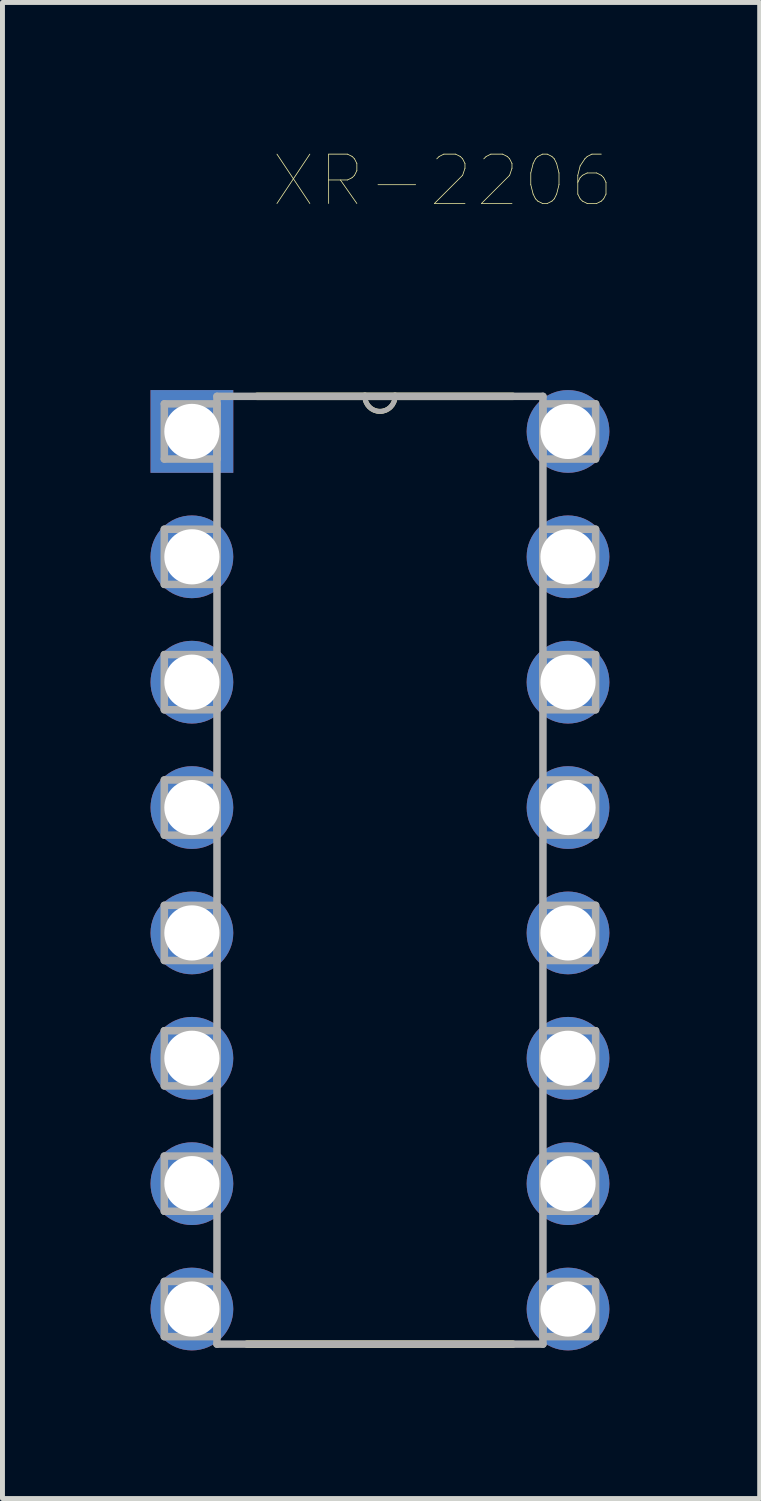
<source format=kicad_pcb>
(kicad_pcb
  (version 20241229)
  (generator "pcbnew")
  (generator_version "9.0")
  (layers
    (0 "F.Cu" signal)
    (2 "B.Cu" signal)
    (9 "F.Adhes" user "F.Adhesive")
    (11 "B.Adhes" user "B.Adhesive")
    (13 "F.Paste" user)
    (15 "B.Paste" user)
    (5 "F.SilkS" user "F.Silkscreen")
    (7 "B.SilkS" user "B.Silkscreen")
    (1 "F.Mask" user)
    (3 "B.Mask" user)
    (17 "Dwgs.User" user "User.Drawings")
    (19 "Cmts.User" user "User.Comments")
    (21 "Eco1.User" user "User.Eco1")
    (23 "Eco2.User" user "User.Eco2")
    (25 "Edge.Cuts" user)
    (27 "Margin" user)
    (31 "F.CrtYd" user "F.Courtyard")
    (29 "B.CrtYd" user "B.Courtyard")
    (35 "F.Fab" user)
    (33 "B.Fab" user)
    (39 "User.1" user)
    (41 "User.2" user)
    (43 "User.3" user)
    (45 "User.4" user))
  (footprint "XR-2206"
    (layer "F.Cu")
    (at 8.458 23.471)
    (property "Reference" "XR-2206" (at -2.54 -22.86 0) (layer "F.SilkS") (effects (font (size 1 1) (thickness 0.015))))
    (attr through_hole)
    (fp_line (start -6.502 0.711) (end -1.118 0.711) (stroke (width 0.152) (type solid)) (layer "F.SilkS"))
    (fp_line (start -4.115 -18.491) (end -6.299 -18.491) (stroke (width 0.152) (type solid)) (layer "F.SilkS"))
    (fp_line (start -3.505 -18.491) (end -4.115 -18.491) (stroke (width 0.152) (type solid)) (layer "F.SilkS"))
    (fp_line (start -1.118 -18.491) (end -3.505 -18.491) (stroke (width 0.152) (type solid)) (layer "F.SilkS"))
    (fp_arc (start -3.5052 -18.4912) (mid -3.81 -18.1864) (end -4.1148 -18.4912) (stroke (width 0.1) (type solid)) (layer "F.SilkS"))
    (fp_line (start -8.179 -18.339) (end -8.179 -17.221) (stroke (width 0.152) (type solid)) (layer "F.Fab"))
    (fp_line (start -8.179 -17.221) (end -7.112 -17.221) (stroke (width 0.152) (type solid)) (layer "F.Fab"))
    (fp_line (start -8.179 -15.799) (end -8.179 -14.681) (stroke (width 0.152) (type solid)) (layer "F.Fab"))
    (fp_line (start -8.179 -14.681) (end -7.112 -14.681) (stroke (width 0.152) (type solid)) (layer "F.Fab"))
    (fp_line (start -8.179 -13.259) (end -8.179 -12.141) (stroke (width 0.152) (type solid)) (layer "F.Fab"))
    (fp_line (start -8.179 -12.141) (end -7.112 -12.141) (stroke (width 0.152) (type solid)) (layer "F.Fab"))
    (fp_line (start -8.179 -10.719) (end -8.179 -9.601) (stroke (width 0.152) (type solid)) (layer "F.Fab"))
    (fp_line (start -8.179 -9.601) (end -7.112 -9.601) (stroke (width 0.152) (type solid)) (layer "F.Fab"))
    (fp_line (start -8.179 -8.179) (end -8.179 -7.061) (stroke (width 0.152) (type solid)) (layer "F.Fab"))
    (fp_line (start -8.179 -7.061) (end -7.112 -7.061) (stroke (width 0.152) (type solid)) (layer "F.Fab"))
    (fp_line (start -8.179 -5.639) (end -8.179 -4.521) (stroke (width 0.152) (type solid)) (layer "F.Fab"))
    (fp_line (start -8.179 -4.521) (end -7.112 -4.521) (stroke (width 0.152) (type solid)) (layer "F.Fab"))
    (fp_line (start -8.179 -3.099) (end -8.179 -1.981) (stroke (width 0.152) (type solid)) (layer "F.Fab"))
    (fp_line (start -8.179 -1.981) (end -7.112 -1.981) (stroke (width 0.152) (type solid)) (layer "F.Fab"))
    (fp_line (start -8.179 -0.559) (end -8.179 0.559) (stroke (width 0.152) (type solid)) (layer "F.Fab"))
    (fp_line (start -8.179 0.559) (end -7.112 0.559) (stroke (width 0.152) (type solid)) (layer "F.Fab"))
    (fp_line (start -7.112 -18.491) (end -7.112 0.711) (stroke (width 0.152) (type solid)) (layer "F.Fab"))
    (fp_line (start -7.112 -18.339) (end -8.179 -18.339) (stroke (width 0.152) (type solid)) (layer "F.Fab"))
    (fp_line (start -7.112 -17.221) (end -7.112 -18.339) (stroke (width 0.152) (type solid)) (layer "F.Fab"))
    (fp_line (start -7.112 -15.799) (end -8.179 -15.799) (stroke (width 0.152) (type solid)) (layer "F.Fab"))
    (fp_line (start -7.112 -14.681) (end -7.112 -15.799) (stroke (width 0.152) (type solid)) (layer "F.Fab"))
    (fp_line (start -7.112 -13.259) (end -8.179 -13.259) (stroke (width 0.152) (type solid)) (layer "F.Fab"))
    (fp_line (start -7.112 -12.141) (end -7.112 -13.259) (stroke (width 0.152) (type solid)) (layer "F.Fab"))
    (fp_line (start -7.112 -10.719) (end -8.179 -10.719) (stroke (width 0.152) (type solid)) (layer "F.Fab"))
    (fp_line (start -7.112 -9.601) (end -7.112 -10.719) (stroke (width 0.152) (type solid)) (layer "F.Fab"))
    (fp_line (start -7.112 -8.179) (end -8.179 -8.179) (stroke (width 0.152) (type solid)) (layer "F.Fab"))
    (fp_line (start -7.112 -7.061) (end -7.112 -8.179) (stroke (width 0.152) (type solid)) (layer "F.Fab"))
    (fp_line (start -7.112 -5.639) (end -8.179 -5.639) (stroke (width 0.152) (type solid)) (layer "F.Fab"))
    (fp_line (start -7.112 -4.521) (end -7.112 -5.639) (stroke (width 0.152) (type solid)) (layer "F.Fab"))
    (fp_line (start -7.112 -3.099) (end -8.179 -3.099) (stroke (width 0.152) (type solid)) (layer "F.Fab"))
    (fp_line (start -7.112 -1.981) (end -7.112 -3.099) (stroke (width 0.152) (type solid)) (layer "F.Fab"))
    (fp_line (start -7.112 -0.559) (end -8.179 -0.559) (stroke (width 0.152) (type solid)) (layer "F.Fab"))
    (fp_line (start -7.112 0.559) (end -7.112 -0.559) (stroke (width 0.152) (type solid)) (layer "F.Fab"))
    (fp_line (start -7.112 0.711) (end -0.508 0.711) (stroke (width 0.152) (type solid)) (layer "F.Fab"))
    (fp_line (start -4.115 -18.491) (end -7.112 -18.491) (stroke (width 0.152) (type solid)) (layer "F.Fab"))
    (fp_line (start -3.505 -18.491) (end -4.115 -18.491) (stroke (width 0.152) (type solid)) (layer "F.Fab"))
    (fp_line (start -0.508 -18.491) (end -3.505 -18.491) (stroke (width 0.152) (type solid)) (layer "F.Fab"))
    (fp_line (start -0.508 -18.339) (end -0.508 -17.221) (stroke (width 0.152) (type solid)) (layer "F.Fab"))
    (fp_line (start -0.508 -17.221) (end 0.559 -17.221) (stroke (width 0.152) (type solid)) (layer "F.Fab"))
    (fp_line (start -0.508 -15.799) (end -0.508 -14.681) (stroke (width 0.152) (type solid)) (layer "F.Fab"))
    (fp_line (start -0.508 -14.681) (end 0.559 -14.681) (stroke (width 0.152) (type solid)) (layer "F.Fab"))
    (fp_line (start -0.508 -13.259) (end -0.508 -12.141) (stroke (width 0.152) (type solid)) (layer "F.Fab"))
    (fp_line (start -0.508 -12.141) (end 0.559 -12.141) (stroke (width 0.152) (type solid)) (layer "F.Fab"))
    (fp_line (start -0.508 -10.719) (end -0.508 -9.601) (stroke (width 0.152) (type solid)) (layer "F.Fab"))
    (fp_line (start -0.508 -9.601) (end 0.559 -9.601) (stroke (width 0.152) (type solid)) (layer "F.Fab"))
    (fp_line (start -0.508 -8.179) (end -0.508 -7.061) (stroke (width 0.152) (type solid)) (layer "F.Fab"))
    (fp_line (start -0.508 -7.061) (end 0.559 -7.061) (stroke (width 0.152) (type solid)) (layer "F.Fab"))
    (fp_line (start -0.508 -5.639) (end -0.508 -4.521) (stroke (width 0.152) (type solid)) (layer "F.Fab"))
    (fp_line (start -0.508 -4.521) (end 0.559 -4.521) (stroke (width 0.152) (type solid)) (layer "F.Fab"))
    (fp_line (start -0.508 -3.099) (end -0.508 -1.981) (stroke (width 0.152) (type solid)) (layer "F.Fab"))
    (fp_line (start -0.508 -1.981) (end 0.559 -1.981) (stroke (width 0.152) (type solid)) (layer "F.Fab"))
    (fp_line (start -0.508 -0.559) (end -0.508 0.559) (stroke (width 0.152) (type solid)) (layer "F.Fab"))
    (fp_line (start -0.508 0.559) (end 0.559 0.559) (stroke (width 0.152) (type solid)) (layer "F.Fab"))
    (fp_line (start -0.508 0.711) (end -0.508 -18.491) (stroke (width 0.152) (type solid)) (layer "F.Fab"))
    (fp_line (start 0.559 -18.339) (end -0.508 -18.339) (stroke (width 0.152) (type solid)) (layer "F.Fab"))
    (fp_line (start 0.559 -17.221) (end 0.559 -18.339) (stroke (width 0.152) (type solid)) (layer "F.Fab"))
    (fp_line (start 0.559 -15.799) (end -0.508 -15.799) (stroke (width 0.152) (type solid)) (layer "F.Fab"))
    (fp_line (start 0.559 -14.681) (end 0.559 -15.799) (stroke (width 0.152) (type solid)) (layer "F.Fab"))
    (fp_line (start 0.559 -13.259) (end -0.508 -13.259) (stroke (width 0.152) (type solid)) (layer "F.Fab"))
    (fp_line (start 0.559 -12.141) (end 0.559 -13.259) (stroke (width 0.152) (type solid)) (layer "F.Fab"))
    (fp_line (start 0.559 -10.719) (end -0.508 -10.719) (stroke (width 0.152) (type solid)) (layer "F.Fab"))
    (fp_line (start 0.559 -9.601) (end 0.559 -10.719) (stroke (width 0.152) (type solid)) (layer "F.Fab"))
    (fp_line (start 0.559 -8.179) (end -0.508 -8.179) (stroke (width 0.152) (type solid)) (layer "F.Fab"))
    (fp_line (start 0.559 -7.061) (end 0.559 -8.179) (stroke (width 0.152) (type solid)) (layer "F.Fab"))
    (fp_line (start 0.559 -5.639) (end -0.508 -5.639) (stroke (width 0.152) (type solid)) (layer "F.Fab"))
    (fp_line (start 0.559 -4.521) (end 0.559 -5.639) (stroke (width 0.152) (type solid)) (layer "F.Fab"))
    (fp_line (start 0.559 -3.099) (end -0.508 -3.099) (stroke (width 0.152) (type solid)) (layer "F.Fab"))
    (fp_line (start 0.559 -1.981) (end 0.559 -3.099) (stroke (width 0.152) (type solid)) (layer "F.Fab"))
    (fp_line (start 0.559 -0.559) (end -0.508 -0.559) (stroke (width 0.152) (type solid)) (layer "F.Fab"))
    (fp_line (start 0.559 0.559) (end 0.559 -0.559) (stroke (width 0.152) (type solid)) (layer "F.Fab"))
    (fp_arc (start -3.5052 -18.4912) (mid -3.81 -18.1864) (end -4.1148 -18.4912) (stroke (width 0.1) (type solid)) (layer "F.Fab"))
    (pad "1" thru_hole rect (at -7.62 -17.78) (size 1.676 1.676) (drill 1.118) (layers "*.Cu" "*.Mask"))
    (pad "2" thru_hole circle (at -7.62 -15.24) (size 1.676 1.676) (drill 1.118) (layers "*.Cu" "*.Mask"))
    (pad "3" thru_hole circle (at -7.62 -12.7) (size 1.676 1.676) (drill 1.118) (layers "*.Cu" "*.Mask"))
    (pad "4" thru_hole circle (at -7.62 -10.16) (size 1.676 1.676) (drill 1.118) (layers "*.Cu" "*.Mask"))
    (pad "5" thru_hole circle (at -7.62 -7.62) (size 1.676 1.676) (drill 1.118) (layers "*.Cu" "*.Mask"))
    (pad "6" thru_hole circle (at -7.62 -5.08) (size 1.676 1.676) (drill 1.118) (layers "*.Cu" "*.Mask"))
    (pad "7" thru_hole circle (at -7.62 -2.54) (size 1.676 1.676) (drill 1.118) (layers "*.Cu" "*.Mask"))
    (pad "8" thru_hole circle (at -7.62 0) (size 1.676 1.676) (drill 1.118) (layers "*.Cu" "*.Mask"))
    (pad "9" thru_hole circle (at 0 0) (size 1.676 1.676) (drill 1.118) (layers "*.Cu" "*.Mask"))
    (pad "10" thru_hole circle (at 0 -2.54) (size 1.676 1.676) (drill 1.118) (layers "*.Cu" "*.Mask"))
    (pad "11" thru_hole circle (at 0 -5.08) (size 1.676 1.676) (drill 1.118) (layers "*.Cu" "*.Mask"))
    (pad "12" thru_hole circle (at 0 -7.62) (size 1.676 1.676) (drill 1.118) (layers "*.Cu" "*.Mask"))
    (pad "13" thru_hole circle (at 0 -10.16) (size 1.676 1.676) (drill 1.118) (layers "*.Cu" "*.Mask"))
    (pad "14" thru_hole circle (at 0 -12.7) (size 1.676 1.676) (drill 1.118) (layers "*.Cu" "*.Mask"))
    (pad "15" thru_hole circle (at 0 -15.24) (size 1.676 1.676) (drill 1.118) (layers "*.Cu" "*.Mask"))
    (pad "16" thru_hole circle (at 0 -17.78) (size 1.676 1.676) (drill 1.118) (layers "*.Cu" "*.Mask")))
  (gr_rect
    (start -3 -3)
    (end 12.341 27.31)
    (stroke (width 0.1) (type default))
    (fill no)
    (layer "Edge.Cuts")))
</source>
